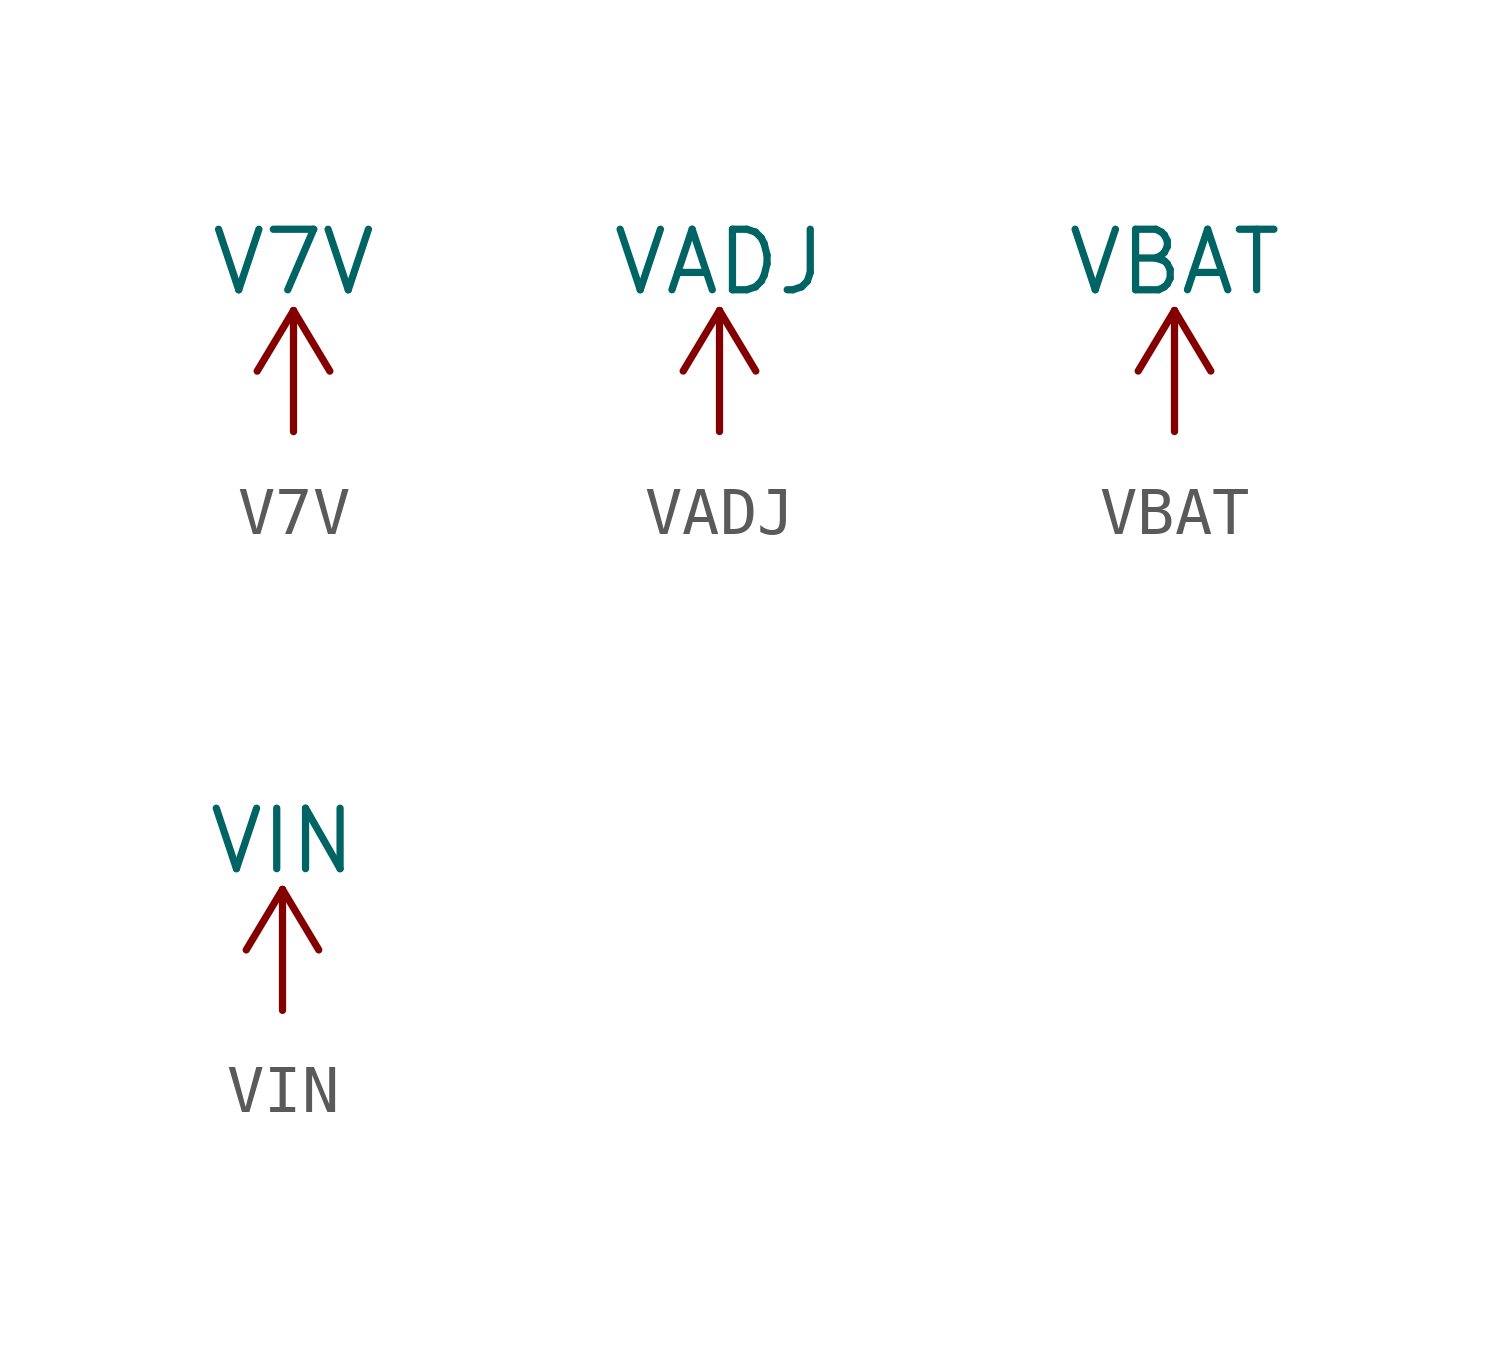
<source format=kicad_sym>
(kicad_symbol_lib
  (version 20200126)
  (host kicad_symbol_editor "(5.99.0-2012-g40e0a4295)")
  (symbol "power_extra:V7V"
    (power)
    (pin_names
      (offset 0))
    (property "Reference" "#PWR"
      (at 0 -3.81 0)
      (effects (font (size 1.27 1.27)) hide))
    (property "Value" "V7V"
      (at 0 3.556 0)
      (effects (font (size 1.27 1.27))))
    (symbol "V7V_0_1"
      (polyline (pts (xy -0.762 1.27) (xy 0 2.54)) (stroke (width 0)) (fill (type none)))
      (polyline (pts (xy 0 0) (xy 0 2.54)) (stroke (width 0)) (fill (type none)))
      (polyline (pts (xy 0 2.54) (xy 0.762 1.27)) (stroke (width 0)) (fill (type none))))
    (symbol "V7V_1_1"
      (pin power_in line (at 0 0 90) (length 0) hide (name "V7V" (effects (font (size 1.27 1.27)))) (number "1" (effects (font (size 1.27 1.27)))))))
  (symbol "power_extra:VADJ"
    (power)
    (pin_names
      (offset 0))
    (property "Reference" "#PWR"
      (at 0 -3.81 0)
      (effects (font (size 1.27 1.27)) hide))
    (property "Value" "VADJ"
      (at 0 3.556 0)
      (effects (font (size 1.27 1.27))))
    (symbol "VADJ_0_1"
      (polyline (pts (xy -0.762 1.27) (xy 0 2.54)) (stroke (width 0)) (fill (type none)))
      (polyline (pts (xy 0 0) (xy 0 2.54)) (stroke (width 0)) (fill (type none)))
      (polyline (pts (xy 0 2.54) (xy 0.762 1.27)) (stroke (width 0)) (fill (type none))))
    (symbol "VADJ_1_1"
      (pin power_in line (at 0 0 90) (length 0) hide (name "VADJ" (effects (font (size 1.27 1.27)))) (number "1" (effects (font (size 1.27 1.27)))))))
  (symbol "power_extra:VBAT"
    (power)
    (pin_names
      (offset 0))
    (property "Reference" "#PWR"
      (at 0 -3.81 0)
      (effects (font (size 1.27 1.27)) hide))
    (property "Value" "VBAT"
      (at 0 3.556 0)
      (effects (font (size 1.27 1.27))))
    (symbol "VBAT_0_1"
      (polyline (pts (xy -0.762 1.27) (xy 0 2.54)) (stroke (width 0)) (fill (type none)))
      (polyline (pts (xy 0 0) (xy 0 2.54)) (stroke (width 0)) (fill (type none)))
      (polyline (pts (xy 0 2.54) (xy 0.762 1.27)) (stroke (width 0)) (fill (type none))))
    (symbol "VBAT_1_1"
      (pin power_in line (at 0 0 90) (length 0) hide (name "VBAT" (effects (font (size 1.27 1.27)))) (number "1" (effects (font (size 1.27 1.27)))))))
  (symbol "power_extra:VIN"
    (power)
    (pin_names
      (offset 0))
    (property "Reference" "#PWR"
      (at 0 -3.81 0)
      (effects (font (size 1.27 1.27)) hide))
    (property "Value" "VIN"
      (at 0 3.556 0)
      (effects (font (size 1.27 1.27))))
    (symbol "VIN_0_1"
      (polyline (pts (xy -0.762 1.27) (xy 0 2.54)) (stroke (width 0)) (fill (type none)))
      (polyline (pts (xy 0 0) (xy 0 2.54)) (stroke (width 0)) (fill (type none)))
      (polyline (pts (xy 0 2.54) (xy 0.762 1.27)) (stroke (width 0)) (fill (type none))))
    (symbol "VIN_1_1"
      (pin power_in line (at 0 0 90) (length 0) hide (name "VIN" (effects (font (size 1.27 1.27)))) (number "1" (effects (font (size 1.27 1.27))))))))
</source>
